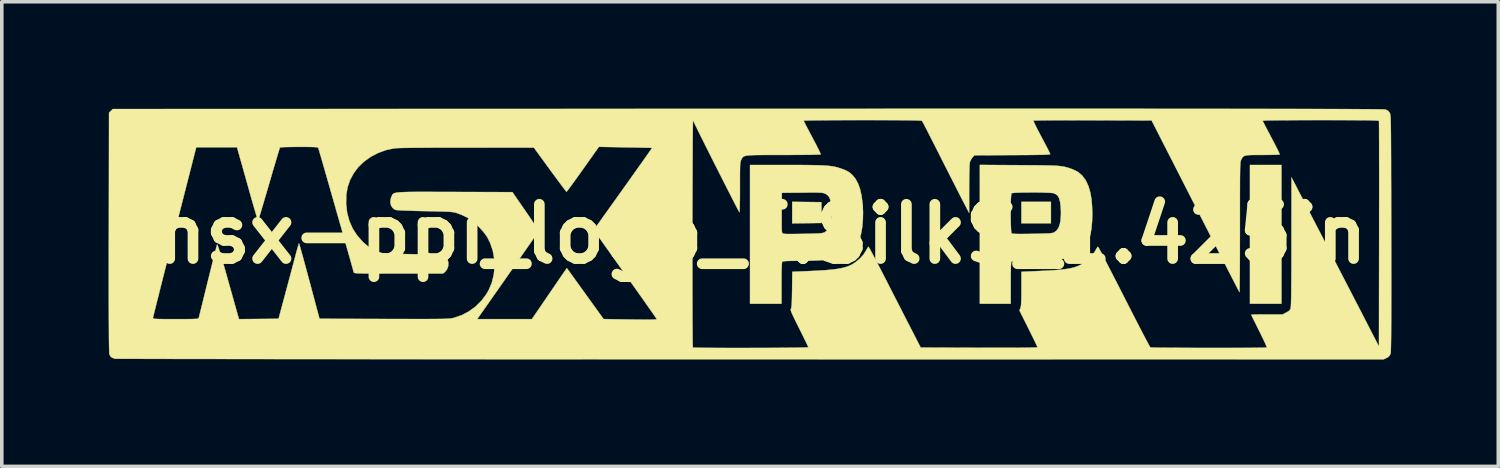
<source format=kicad_pcb>
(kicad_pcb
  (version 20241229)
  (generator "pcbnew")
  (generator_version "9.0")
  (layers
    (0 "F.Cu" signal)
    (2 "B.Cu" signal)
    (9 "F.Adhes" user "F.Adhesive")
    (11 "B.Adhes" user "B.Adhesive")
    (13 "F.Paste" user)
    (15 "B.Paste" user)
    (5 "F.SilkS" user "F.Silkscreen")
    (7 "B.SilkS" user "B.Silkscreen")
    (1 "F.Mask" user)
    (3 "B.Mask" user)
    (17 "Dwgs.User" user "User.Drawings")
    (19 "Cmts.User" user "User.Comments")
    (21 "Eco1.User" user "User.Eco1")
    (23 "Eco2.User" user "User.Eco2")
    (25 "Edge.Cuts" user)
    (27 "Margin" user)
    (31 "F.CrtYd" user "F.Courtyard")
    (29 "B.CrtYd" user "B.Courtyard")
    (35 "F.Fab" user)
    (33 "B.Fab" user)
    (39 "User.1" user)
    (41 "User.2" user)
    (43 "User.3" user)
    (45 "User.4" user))
  (footprint "msx-ppi_logo_F.SilkS_1.425in"
    (layer "F.Cu")
    (at 18.007 3.52)
    (property "Reference" "msx-ppi_logo_F.SilkS_1.425in" (at 0 0 0) (layer "F.SilkS") (effects (font (size 1.524 1.524) (thickness 0.3))))
    (attr through_hole)
    (fp_poly (pts (xy 8.448 -0.301) (xy 7.62 -0.301) (xy 7.62 -0.903) (xy 8.448 -0.903) (xy 8.448 -0.301)) (stroke (width 0.01) (type solid)) (fill yes) (layer "F.SilkS"))
    (fp_poly (pts (xy 14.92 1.957) (xy 14.036 1.957) (xy 14.036 -1.938) (xy 14.92 -1.938) (xy 14.92 1.957)) (stroke (width 0.01) (type solid)) (fill yes) (layer "F.SilkS"))
    (fp_poly (pts (xy 1.595 -0.899) (xy 2.004 -0.894) (xy 2.004 -0.31) (xy 1.595 -0.305) (xy 1.185 -0.3) (xy 1.185 -0.904) (xy 1.595 -0.899)) (stroke (width 0.01) (type solid)) (fill yes) (layer "F.SilkS"))
    (fp_poly (pts (xy 1.03 -1.938) (xy 1.28 -1.938) (xy 1.496 -1.937) (xy 1.682 -1.935) (xy 1.839 -1.932) (xy 1.973 -1.928) (xy 2.086 -1.923) (xy 2.182 -1.916) (xy 2.265 -1.907) (xy 2.336 -1.896) (xy 2.401 -1.883) (xy 2.462 -1.867) (xy 2.523 -1.848) (xy 2.54 -1.843) (xy 2.655 -1.801) (xy 2.743 -1.759) (xy 2.814 -1.711) (xy 2.877 -1.653) (xy 2.964 -1.545) (xy 3.034 -1.415) (xy 3.089 -1.262) (xy 3.13 -1.08) (xy 3.158 -0.867) (xy 3.162 -0.832) (xy 3.173 -0.609) (xy 3.168 -0.392) (xy 3.149 -0.187) (xy 3.115 0.003) (xy 3.068 0.173) (xy 3.009 0.318) (xy 2.938 0.433) (xy 2.903 0.474) (xy 2.823 0.54) (xy 2.72 0.596) (xy 2.592 0.644) (xy 2.436 0.682) (xy 2.252 0.712) (xy 2.037 0.733) (xy 1.789 0.746) (xy 1.507 0.752) (xy 1.413 0.753) (xy 1.25 0.753) (xy 1.123 0.755) (xy 1.027 0.758) (xy 0.961 0.763) (xy 0.921 0.769) (xy 0.907 0.775) (xy 0.9 0.793) (xy 0.894 0.835) (xy 0.89 0.901) (xy 0.887 0.996) (xy 0.885 1.122) (xy 0.884 1.282) (xy 0.884 1.377) (xy 0.884 1.957) (xy 0 1.957) (xy 0 -0.435) (xy 0.888 -0.435) (xy 0.888 -0.299) (xy 0.889 -0.195) (xy 0.892 -0.118) (xy 0.896 -0.066) (xy 0.902 -0.034) (xy 0.907 -0.023) (xy 0.918 -0.015) (xy 0.939 -0.009) (xy 0.973 -0.004) (xy 1.024 -0.001) (xy 1.097 -0.000119) (xy 1.196 -0.000303) (xy 1.324 -0.002) (xy 1.48 -0.004) (xy 1.641 -0.007) (xy 1.768 -0.01) (xy 1.867 -0.013) (xy 1.941 -0.017) (xy 1.997 -0.022) (xy 2.037 -0.029) (xy 2.068 -0.037) (xy 2.093 -0.046) (xy 2.101 -0.051) (xy 2.174 -0.109) (xy 2.23 -0.2) (xy 2.269 -0.322) (xy 2.289 -0.474) (xy 2.291 -0.654) (xy 2.289 -0.709) (xy 2.277 -0.843) (xy 2.258 -0.946) (xy 2.23 -1.023) (xy 2.191 -1.078) (xy 2.138 -1.118) (xy 2.126 -1.124) (xy 2.101 -1.136) (xy 2.077 -1.146) (xy 2.048 -1.153) (xy 2.011 -1.158) (xy 1.96 -1.162) (xy 1.892 -1.164) (xy 1.801 -1.164) (xy 1.683 -1.164) (xy 1.534 -1.163) (xy 1.468 -1.162) (xy 0.894 -1.157) (xy 0.889 -0.604) (xy 0.888 -0.435) (xy 0 -0.435) (xy 0 -1.938) (xy 1.03 -1.938)) (stroke (width 0.01) (type solid)) (fill yes) (layer "F.SilkS"))
    (fp_poly (pts (xy 7.559 -1.933) (xy 7.801 -1.931) (xy 8.008 -1.93) (xy 8.185 -1.928) (xy 8.334 -1.925) (xy 8.459 -1.922) (xy 8.564 -1.918) (xy 8.652 -1.912) (xy 8.726 -1.904) (xy 8.79 -1.895) (xy 8.847 -1.883) (xy 8.901 -1.869) (xy 8.955 -1.853) (xy 9.012 -1.833) (xy 9.066 -1.813) (xy 9.207 -1.743) (xy 9.326 -1.642) (xy 9.424 -1.51) (xy 9.501 -1.347) (xy 9.557 -1.152) (xy 9.56 -1.138) (xy 9.588 -0.963) (xy 9.604 -0.767) (xy 9.61 -0.563) (xy 9.604 -0.359) (xy 9.587 -0.168) (xy 9.559 0.002) (xy 9.547 0.05) (xy 9.525 0.12) (xy 9.492 0.207) (xy 9.455 0.295) (xy 9.446 0.313) (xy 9.39 0.415) (xy 9.328 0.492) (xy 9.25 0.55) (xy 9.147 0.6) (xy 9.106 0.616) (xy 8.99 0.654) (xy 8.864 0.685) (xy 8.724 0.709) (xy 8.565 0.728) (xy 8.383 0.741) (xy 8.173 0.749) (xy 7.932 0.752) (xy 7.848 0.753) (xy 7.685 0.753) (xy 7.557 0.755) (xy 7.462 0.758) (xy 7.395 0.763) (xy 7.356 0.769) (xy 7.342 0.775) (xy 7.335 0.793) (xy 7.329 0.835) (xy 7.325 0.901) (xy 7.322 0.996) (xy 7.32 1.122) (xy 7.319 1.282) (xy 7.319 1.377) (xy 7.319 1.957) (xy 6.453 1.957) (xy 6.453 -0.632) (xy 7.317 -0.632) (xy 7.318 -0.505) (xy 7.319 -0.38) (xy 7.322 -0.266) (xy 7.326 -0.167) (xy 7.331 -0.088) (xy 7.337 -0.038) (xy 7.342 -0.02) (xy 7.356 -0.013) (xy 7.385 -0.008) (xy 7.433 -0.004) (xy 7.502 -0.002) (xy 7.598 -0.001) (xy 7.723 -0.002) (xy 7.881 -0.004) (xy 7.925 -0.005) (xy 8.087 -0.008) (xy 8.216 -0.011) (xy 8.316 -0.014) (xy 8.391 -0.018) (xy 8.447 -0.023) (xy 8.487 -0.029) (xy 8.515 -0.036) (xy 8.537 -0.046) (xy 8.544 -0.05) (xy 8.609 -0.099) (xy 8.656 -0.165) (xy 8.692 -0.256) (xy 8.701 -0.291) (xy 8.718 -0.39) (xy 8.728 -0.512) (xy 8.729 -0.645) (xy 8.722 -0.775) (xy 8.707 -0.89) (xy 8.701 -0.921) (xy 8.673 -1.014) (xy 8.636 -1.077) (xy 8.583 -1.12) (xy 8.525 -1.145) (xy 8.487 -1.152) (xy 8.419 -1.157) (xy 8.327 -1.161) (xy 8.217 -1.165) (xy 8.094 -1.167) (xy 7.964 -1.168) (xy 7.833 -1.167) (xy 7.707 -1.166) (xy 7.59 -1.164) (xy 7.49 -1.16) (xy 7.411 -1.155) (xy 7.359 -1.149) (xy 7.342 -1.144) (xy 7.334 -1.118) (xy 7.329 -1.061) (xy 7.324 -0.978) (xy 7.32 -0.875) (xy 7.318 -0.758) (xy 7.317 -0.632) (xy 6.453 -0.632) (xy 6.453 -1.94) (xy 7.559 -1.933)) (stroke (width 0.01) (type solid)) (fill yes) (layer "F.SilkS"))
    (fp_poly (pts (xy 8.538 -3.515) (xy 9.214 -3.515) (xy 9.859 -3.515) (xy 10.473 -3.515) (xy 11.058 -3.515) (xy 11.614 -3.514) (xy 12.142 -3.514) (xy 12.641 -3.514) (xy 13.114 -3.514) (xy 13.559 -3.513) (xy 13.979 -3.513) (xy 14.373 -3.513) (xy 14.742 -3.512) (xy 15.087 -3.512) (xy 15.408 -3.511) (xy 15.707 -3.511) (xy 15.983 -3.51) (xy 16.237 -3.509) (xy 16.47 -3.509) (xy 16.682 -3.508) (xy 16.875 -3.507) (xy 17.048 -3.506) (xy 17.202 -3.505) (xy 17.338 -3.504) (xy 17.457 -3.503) (xy 17.558 -3.502) (xy 17.644 -3.501) (xy 17.713 -3.5) (xy 17.768 -3.499) (xy 17.808 -3.498) (xy 17.834 -3.496) (xy 17.847 -3.495) (xy 17.848 -3.495) (xy 17.921 -3.452) (xy 17.958 -3.405) (xy 17.963 -3.397) (xy 17.967 -3.387) (xy 17.971 -3.375) (xy 17.975 -3.358) (xy 17.978 -3.336) (xy 17.981 -3.305) (xy 17.984 -3.265) (xy 17.986 -3.214) (xy 17.988 -3.151) (xy 17.99 -3.072) (xy 17.991 -2.978) (xy 17.993 -2.866) (xy 17.994 -2.735) (xy 17.995 -2.583) (xy 17.996 -2.408) (xy 17.997 -2.208) (xy 17.998 -1.982) (xy 17.998 -1.729) (xy 17.999 -1.446) (xy 18 -1.132) (xy 18 -0.786) (xy 18.001 -0.404) (xy 18.001 -0.026) (xy 18.002 0.406) (xy 18.002 0.801) (xy 18.003 1.161) (xy 18.003 1.488) (xy 18.003 1.783) (xy 18.002 2.048) (xy 18.002 2.283) (xy 18.001 2.491) (xy 18 2.673) (xy 17.999 2.83) (xy 17.998 2.963) (xy 17.996 3.075) (xy 17.994 3.166) (xy 17.992 3.238) (xy 17.99 3.293) (xy 17.987 3.331) (xy 17.984 3.354) (xy 17.982 3.361) (xy 17.957 3.414) (xy 17.916 3.453) (xy 17.875 3.476) (xy 17.791 3.518) (xy 0.01 3.516) (xy -0.807 3.516) (xy -1.616 3.516) (xy -2.414 3.516) (xy -3.202 3.516) (xy -3.978 3.516) (xy -4.742 3.515) (xy -5.492 3.515) (xy -6.229 3.515) (xy -6.951 3.515) (xy -7.657 3.514) (xy -8.347 3.514) (xy -9.019 3.514) (xy -9.673 3.513) (xy -10.309 3.513) (xy -10.924 3.512) (xy -11.519 3.512) (xy -12.092 3.511) (xy -12.644 3.511) (xy -13.172 3.511) (xy -13.676 3.51) (xy -14.156 3.51) (xy -14.61 3.509) (xy -15.038 3.508) (xy -15.438 3.508) (xy -15.811 3.507) (xy -16.155 3.507) (xy -16.469 3.506) (xy -16.752 3.506) (xy -17.005 3.505) (xy -17.225 3.504) (xy -17.412 3.504) (xy -17.566 3.503) (xy -17.685 3.503) (xy -17.769 3.502) (xy -17.816 3.501) (xy -17.827 3.501) (xy -17.905 3.474) (xy -17.955 3.437) (xy -17.983 3.38) (xy -17.987 3.369) (xy -17.989 3.342) (xy -17.992 3.282) (xy -17.994 3.189) (xy -17.996 3.061) (xy -17.998 2.9) (xy -17.999 2.704) (xy -18 2.473) (xy -18.001 2.357) (xy -16.763 2.357) (xy -16.761 2.365) (xy -16.753 2.373) (xy -16.734 2.378) (xy -16.701 2.382) (xy -16.651 2.385) (xy -16.579 2.387) (xy -16.482 2.389) (xy -16.356 2.389) (xy -16.197 2.389) (xy -16.126 2.389) (xy -15.953 2.389) (xy -15.815 2.389) (xy -15.706 2.388) (xy -15.624 2.386) (xy -15.565 2.383) (xy -15.524 2.38) (xy -15.499 2.374) (xy -15.485 2.368) (xy -15.478 2.36) (xy -15.477 2.357) (xy -15.471 2.333) (xy -15.457 2.275) (xy -15.435 2.189) (xy -15.407 2.076) (xy -15.373 1.94) (xy -15.335 1.785) (xy -15.293 1.614) (xy -15.248 1.431) (xy -15.222 1.326) (xy -15.176 1.138) (xy -15.131 0.96) (xy -15.091 0.796) (xy -15.054 0.649) (xy -15.022 0.523) (xy -14.996 0.421) (xy -14.977 0.347) (xy -14.965 0.304) (xy -14.962 0.295) (xy -14.954 0.301) (xy -14.939 0.338) (xy -14.915 0.408) (xy -14.883 0.509) (xy -14.843 0.644) (xy -14.794 0.812) (xy -14.735 1.016) (xy -14.668 1.254) (xy -14.648 1.325) (xy -14.349 2.39) (xy -13.793 2.385) (xy -13.236 2.38) (xy -13.044 1.665) (xy -12.997 1.49) (xy -12.949 1.311) (xy -12.902 1.135) (xy -12.858 0.969) (xy -12.818 0.819) (xy -12.785 0.694) (xy -12.762 0.607) (xy -12.733 0.5) (xy -12.707 0.406) (xy -12.686 0.332) (xy -12.67 0.282) (xy -12.663 0.264) (xy -12.662 0.264) (xy -12.656 0.281) (xy -12.641 0.332) (xy -12.618 0.413) (xy -12.588 0.521) (xy -12.551 0.652) (xy -12.51 0.803) (xy -12.464 0.972) (xy -12.415 1.155) (xy -12.37 1.322) (xy -12.087 2.38) (xy -10.272 2.385) (xy -9.97 2.386) (xy -9.703 2.386) (xy -9.469 2.387) (xy -9.265 2.387) (xy -9.089 2.387) (xy -8.939 2.386) (xy -8.813 2.386) (xy -8.707 2.384) (xy -8.619 2.383) (xy -8.547 2.38) (xy -8.49 2.378) (xy -8.443 2.375) (xy -8.405 2.371) (xy -8.374 2.366) (xy -8.346 2.361) (xy -8.321 2.355) (xy -8.308 2.352) (xy -8.094 2.279) (xy -7.892 2.173) (xy -7.706 2.037) (xy -7.542 1.876) (xy -7.404 1.692) (xy -7.339 1.58) (xy -7.25 1.371) (xy -7.195 1.148) (xy -7.172 0.919) (xy -7.181 0.689) (xy -7.223 0.462) (xy -7.297 0.246) (xy -7.379 0.085) (xy -7.451 -0.019) (xy -7.546 -0.131) (xy -7.654 -0.243) (xy -7.767 -0.343) (xy -7.875 -0.424) (xy -7.914 -0.448) (xy -8.002 -0.494) (xy -8.104 -0.541) (xy -8.196 -0.576) (xy -8.233 -0.589) (xy -8.266 -0.599) (xy -8.301 -0.607) (xy -8.341 -0.614) (xy -8.389 -0.62) (xy -8.45 -0.625) (xy -8.528 -0.628) (xy -8.627 -0.632) (xy -8.751 -0.635) (xy -8.903 -0.639) (xy -9.088 -0.643) (xy -9.133 -0.643) (xy -9.354 -0.648) (xy -9.539 -0.654) (xy -9.689 -0.659) (xy -9.805 -0.664) (xy -9.89 -0.67) (xy -9.945 -0.677) (xy -9.969 -0.683) (xy -10.038 -0.736) (xy -10.082 -0.811) (xy -10.098 -0.901) (xy -10.085 -0.999) (xy -10.069 -1.042) (xy -10.059 -1.067) (xy -10.05 -1.088) (xy -10.039 -1.107) (xy -10.025 -1.123) (xy -10.006 -1.137) (xy -9.978 -1.149) (xy -9.939 -1.158) (xy -9.888 -1.166) (xy -9.821 -1.172) (xy -9.737 -1.176) (xy -9.632 -1.18) (xy -9.506 -1.182) (xy -9.355 -1.183) (xy -9.177 -1.183) (xy -8.97 -1.183) (xy -8.731 -1.182) (xy -8.458 -1.181) (xy -8.284 -1.181) (xy -6.671 -1.176) (xy -6.3 -0.64) (xy -6.213 -0.513) (xy -6.134 -0.397) (xy -6.065 -0.293) (xy -6.008 -0.205) (xy -5.966 -0.139) (xy -5.942 -0.096) (xy -5.936 -0.081) (xy -5.948 -0.062) (xy -5.981 -0.014) (xy -6.033 0.062) (xy -6.104 0.165) (xy -6.193 0.294) (xy -6.299 0.446) (xy -6.421 0.621) (xy -6.558 0.817) (xy -6.709 1.033) (xy -6.873 1.268) (xy -7.05 1.52) (xy -7.237 1.787) (xy -7.435 2.069) (xy -7.624 2.338) (xy -7.66 2.389) (xy -6.892 2.389) (xy -6.124 2.389) (xy -5.691 1.756) (xy -5.595 1.616) (xy -5.503 1.482) (xy -5.419 1.358) (xy -5.344 1.249) (xy -5.282 1.159) (xy -5.235 1.091) (xy -5.205 1.048) (xy -5.2 1.041) (xy -5.142 0.958) (xy -4.111 2.388) (xy -3.763 2.394) (xy -3.522 2.398) (xy -3.317 2.401) (xy -3.144 2.403) (xy -3.001 2.404) (xy -2.885 2.405) (xy -2.794 2.404) (xy -2.725 2.403) (xy -2.676 2.4) (xy -2.644 2.397) (xy -2.626 2.392) (xy -2.62 2.387) (xy -2.62 2.384) (xy -2.633 2.365) (xy -2.665 2.318) (xy -2.716 2.245) (xy -2.783 2.149) (xy -2.866 2.032) (xy -2.962 1.895) (xy -3.069 1.743) (xy -3.187 1.577) (xy -3.313 1.399) (xy -3.446 1.212) (xy -3.472 1.175) (xy -3.606 0.986) (xy -3.735 0.805) (xy -3.856 0.634) (xy -3.866 0.62) (xy -1.619 0.62) (xy -1.619 0.912) (xy -1.618 1.197) (xy -1.618 1.471) (xy -1.618 1.734) (xy -1.617 1.983) (xy -1.616 2.215) (xy -1.616 2.428) (xy -1.614 2.619) (xy -1.613 2.787) (xy -1.612 2.928) (xy -1.611 3.041) (xy -1.609 3.124) (xy -1.607 3.172) (xy -1.606 3.186) (xy -1.585 3.189) (xy -1.53 3.191) (xy -1.444 3.193) (xy -1.331 3.195) (xy -1.193 3.196) (xy -1.035 3.197) (xy -0.859 3.198) (xy -0.669 3.199) (xy -0.468 3.199) (xy -0.26 3.199) (xy -0.047 3.199) (xy 0.166 3.198) (xy 0.378 3.198) (xy 0.584 3.197) (xy 0.78 3.196) (xy 0.965 3.194) (xy 1.134 3.193) (xy 1.284 3.191) (xy 1.412 3.189) (xy 1.514 3.186) (xy 1.587 3.184) (xy 1.629 3.181) (xy 1.637 3.18) (xy 1.629 3.159) (xy 1.606 3.108) (xy 1.57 3.033) (xy 1.523 2.937) (xy 1.468 2.824) (xy 1.406 2.699) (xy 1.381 2.649) (xy 1.308 2.503) (xy 1.251 2.387) (xy 1.208 2.297) (xy 1.177 2.229) (xy 1.157 2.18) (xy 1.146 2.145) (xy 1.143 2.122) (xy 1.146 2.106) (xy 1.15 2.099) (xy 1.159 2.077) (xy 1.165 2.037) (xy 1.171 1.976) (xy 1.175 1.89) (xy 1.178 1.774) (xy 1.181 1.626) (xy 1.182 1.56) (xy 1.188 1.061) (xy 1.699 1.039) (xy 1.935 1.027) (xy 2.137 1.014) (xy 2.31 0.998) (xy 2.456 0.979) (xy 2.581 0.956) (xy 2.687 0.928) (xy 2.78 0.895) (xy 2.862 0.855) (xy 2.937 0.808) (xy 2.967 0.786) (xy 3.087 0.688) (xy 3.178 0.588) (xy 3.251 0.477) (xy 3.267 0.447) (xy 3.295 0.397) (xy 3.318 0.364) (xy 3.327 0.357) (xy 3.338 0.374) (xy 3.365 0.42) (xy 3.405 0.495) (xy 3.457 0.593) (xy 3.52 0.712) (xy 3.592 0.85) (xy 3.671 1.002) (xy 3.755 1.167) (xy 3.792 1.237) (xy 3.89 1.429) (xy 3.992 1.63) (xy 4.096 1.833) (xy 4.199 2.033) (xy 4.296 2.223) (xy 4.385 2.397) (xy 4.463 2.548) (xy 4.517 2.653) (xy 4.792 3.189) (xy 6.432 3.194) (xy 6.763 3.195) (xy 7.057 3.195) (xy 7.313 3.195) (xy 7.531 3.194) (xy 7.713 3.192) (xy 7.857 3.19) (xy 7.965 3.188) (xy 8.035 3.185) (xy 8.068 3.181) (xy 8.072 3.18) (xy 8.063 3.159) (xy 8.04 3.108) (xy 8.005 3.033) (xy 7.958 2.937) (xy 7.903 2.825) (xy 7.841 2.7) (xy 7.818 2.654) (xy 7.565 2.147) (xy 7.592 2.081) (xy 7.601 2.051) (xy 7.608 2.009) (xy 7.613 1.949) (xy 7.617 1.867) (xy 7.619 1.759) (xy 7.62 1.619) (xy 7.62 1.538) (xy 7.62 1.061) (xy 8.133 1.038) (xy 8.363 1.027) (xy 8.56 1.015) (xy 8.727 1.001) (xy 8.869 0.984) (xy 8.989 0.964) (xy 9.092 0.939) (xy 9.182 0.91) (xy 9.263 0.875) (xy 9.338 0.834) (xy 9.374 0.811) (xy 9.513 0.706) (xy 9.619 0.591) (xy 9.7 0.46) (xy 9.702 0.457) (xy 9.73 0.404) (xy 9.754 0.368) (xy 9.765 0.357) (xy 9.769 0.36) (xy 9.775 0.367) (xy 9.784 0.381) (xy 9.798 0.404) (xy 9.816 0.438) (xy 9.841 0.484) (xy 9.873 0.544) (xy 9.913 0.619) (xy 9.961 0.713) (xy 10.019 0.826) (xy 10.088 0.96) (xy 10.169 1.117) (xy 10.262 1.299) (xy 10.369 1.507) (xy 10.49 1.744) (xy 10.626 2.011) (xy 10.772 2.295) (xy 10.858 2.464) (xy 10.94 2.622) (xy 11.015 2.767) (xy 11.082 2.895) (xy 11.14 3.004) (xy 11.186 3.09) (xy 11.219 3.15) (xy 11.237 3.181) (xy 11.24 3.184) (xy 11.261 3.186) (xy 11.317 3.188) (xy 11.404 3.19) (xy 11.518 3.192) (xy 11.656 3.193) (xy 11.816 3.194) (xy 11.993 3.195) (xy 12.184 3.196) (xy 12.386 3.197) (xy 12.596 3.198) (xy 12.81 3.198) (xy 13.026 3.198) (xy 13.238 3.198) (xy 13.446 3.198) (xy 13.644 3.197) (xy 13.83 3.197) (xy 14.001 3.196) (xy 14.152 3.195) (xy 14.281 3.193) (xy 14.385 3.192) (xy 14.46 3.19) (xy 14.503 3.188) (xy 14.511 3.187) (xy 14.506 3.168) (xy 14.486 3.12) (xy 14.454 3.047) (xy 14.41 2.954) (xy 14.357 2.845) (xy 14.298 2.726) (xy 14.239 2.607) (xy 14.185 2.498) (xy 14.139 2.406) (xy 14.104 2.333) (xy 14.081 2.286) (xy 14.073 2.267) (xy 14.091 2.265) (xy 14.142 2.262) (xy 14.219 2.26) (xy 14.319 2.259) (xy 14.435 2.258) (xy 14.512 2.258) (xy 14.951 2.258) (xy 15.053 2.206) (xy 15.117 2.169) (xy 15.156 2.133) (xy 15.178 2.088) (xy 15.182 2.066) (xy 15.185 2.024) (xy 15.189 1.961) (xy 15.191 1.874) (xy 15.194 1.762) (xy 15.196 1.624) (xy 15.197 1.457) (xy 15.199 1.26) (xy 15.2 1.033) (xy 15.201 0.772) (xy 15.201 0.476) (xy 15.201 0.216) (xy 15.203 -1.59) (xy 15.514 -0.988) (xy 15.6 -0.821) (xy 15.699 -0.631) (xy 15.805 -0.426) (xy 15.914 -0.216) (xy 16.02 -0.01) (xy 16.12 0.182) (xy 16.172 0.282) (xy 16.332 0.593) (xy 16.477 0.873) (xy 16.608 1.125) (xy 16.725 1.351) (xy 16.83 1.554) (xy 16.924 1.736) (xy 17.009 1.901) (xy 17.087 2.051) (xy 17.158 2.188) (xy 17.223 2.315) (xy 17.285 2.435) (xy 17.344 2.55) (xy 17.399 2.657) (xy 17.658 3.159) (xy 17.663 0.004) (xy 17.663 -0.338) (xy 17.663 -0.67) (xy 17.664 -0.99) (xy 17.664 -1.296) (xy 17.664 -1.586) (xy 17.664 -1.858) (xy 17.663 -2.11) (xy 17.663 -2.34) (xy 17.663 -2.546) (xy 17.662 -2.727) (xy 17.662 -2.88) (xy 17.661 -3.003) (xy 17.66 -3.095) (xy 17.659 -3.153) (xy 17.658 -3.175) (xy 17.658 -3.175) (xy 17.65 -3.179) (xy 17.625 -3.183) (xy 17.584 -3.186) (xy 17.522 -3.189) (xy 17.44 -3.192) (xy 17.334 -3.194) (xy 17.203 -3.195) (xy 17.044 -3.196) (xy 16.856 -3.197) (xy 16.637 -3.198) (xy 16.385 -3.198) (xy 16.097 -3.199) (xy 16.021 -3.199) (xy 15.738 -3.198) (xy 15.477 -3.198) (xy 15.24 -3.197) (xy 15.029 -3.195) (xy 14.845 -3.194) (xy 14.69 -3.192) (xy 14.565 -3.19) (xy 14.473 -3.187) (xy 14.416 -3.184) (xy 14.394 -3.181) (xy 14.393 -3.181) (xy 14.402 -3.16) (xy 14.426 -3.111) (xy 14.463 -3.038) (xy 14.512 -2.944) (xy 14.569 -2.836) (xy 14.632 -2.716) (xy 14.637 -2.707) (xy 14.7 -2.587) (xy 14.757 -2.478) (xy 14.804 -2.384) (xy 14.841 -2.309) (xy 14.864 -2.258) (xy 14.871 -2.236) (xy 14.871 -2.235) (xy 14.85 -2.231) (xy 14.797 -2.227) (xy 14.717 -2.224) (xy 14.614 -2.222) (xy 14.494 -2.221) (xy 14.387 -2.22) (xy 14.232 -2.22) (xy 14.111 -2.219) (xy 14.017 -2.216) (xy 13.948 -2.209) (xy 13.898 -2.199) (xy 13.862 -2.184) (xy 13.836 -2.162) (xy 13.815 -2.134) (xy 13.796 -2.097) (xy 13.791 -2.088) (xy 13.785 -2.075) (xy 13.779 -2.06) (xy 13.775 -2.042) (xy 13.77 -2.017) (xy 13.767 -1.984) (xy 13.764 -1.939) (xy 13.761 -1.882) (xy 13.759 -1.809) (xy 13.758 -1.718) (xy 13.756 -1.608) (xy 13.755 -1.475) (xy 13.755 -1.318) (xy 13.754 -1.133) (xy 13.754 -0.92) (xy 13.754 -0.675) (xy 13.754 -0.396) (xy 13.754 -0.186) (xy 13.754 0.073) (xy 13.753 0.32) (xy 13.753 0.554) (xy 13.752 0.771) (xy 13.751 0.97) (xy 13.75 1.148) (xy 13.748 1.301) (xy 13.747 1.429) (xy 13.745 1.527) (xy 13.744 1.594) (xy 13.742 1.627) (xy 13.741 1.631) (xy 13.731 1.613) (xy 13.705 1.563) (xy 13.664 1.484) (xy 13.609 1.377) (xy 13.54 1.243) (xy 13.459 1.086) (xy 13.367 0.907) (xy 13.265 0.707) (xy 13.153 0.489) (xy 13.033 0.254) (xy 12.905 0.005) (xy 12.771 -0.257) (xy 12.632 -0.53) (xy 12.502 -0.785) (xy 11.275 -3.189) (xy 9.622 -3.194) (xy 9.376 -3.194) (xy 9.141 -3.195) (xy 8.919 -3.195) (xy 8.714 -3.194) (xy 8.527 -3.194) (xy 8.362 -3.193) (xy 8.221 -3.191) (xy 8.108 -3.19) (xy 8.024 -3.188) (xy 7.973 -3.186) (xy 7.957 -3.185) (xy 7.962 -3.165) (xy 7.982 -3.117) (xy 8.017 -3.044) (xy 8.063 -2.952) (xy 8.119 -2.844) (xy 8.182 -2.726) (xy 8.185 -2.719) (xy 8.249 -2.599) (xy 8.307 -2.489) (xy 8.356 -2.395) (xy 8.394 -2.319) (xy 8.419 -2.268) (xy 8.429 -2.244) (xy 8.429 -2.244) (xy 8.421 -2.239) (xy 8.395 -2.234) (xy 8.349 -2.231) (xy 8.282 -2.227) (xy 8.189 -2.224) (xy 8.07 -2.222) (xy 7.921 -2.22) (xy 7.741 -2.218) (xy 7.528 -2.217) (xy 7.364 -2.216) (xy 6.3 -2.211) (xy 6.246 -2.151) (xy 6.206 -2.093) (xy 6.176 -2.029) (xy 6.173 -2.019) (xy 6.167 -1.979) (xy 6.162 -1.905) (xy 6.158 -1.799) (xy 6.155 -1.664) (xy 6.153 -1.503) (xy 6.152 -1.318) (xy 6.152 -1.27) (xy 6.152 -0.593) (xy 6.024 -0.837) (xy 5.992 -0.899) (xy 5.945 -0.99) (xy 5.885 -1.108) (xy 5.814 -1.247) (xy 5.734 -1.405) (xy 5.646 -1.577) (xy 5.554 -1.759) (xy 5.458 -1.948) (xy 5.373 -2.117) (xy 5.28 -2.301) (xy 5.192 -2.475) (xy 5.11 -2.636) (xy 5.035 -2.782) (xy 4.97 -2.91) (xy 4.916 -3.015) (xy 4.873 -3.097) (xy 4.845 -3.151) (xy 4.832 -3.174) (xy 4.831 -3.175) (xy 4.82 -3.179) (xy 4.794 -3.183) (xy 4.75 -3.186) (xy 4.686 -3.189) (xy 4.601 -3.191) (xy 4.493 -3.193) (xy 4.359 -3.195) (xy 4.197 -3.196) (xy 4.007 -3.197) (xy 3.785 -3.198) (xy 3.53 -3.198) (xy 3.239 -3.199) (xy 3.159 -3.199) (xy 2.913 -3.198) (xy 2.678 -3.198) (xy 2.457 -3.197) (xy 2.252 -3.196) (xy 2.067 -3.195) (xy 1.903 -3.193) (xy 1.764 -3.191) (xy 1.652 -3.189) (xy 1.569 -3.187) (xy 1.52 -3.185) (xy 1.505 -3.183) (xy 1.514 -3.163) (xy 1.538 -3.114) (xy 1.575 -3.041) (xy 1.624 -2.948) (xy 1.681 -2.84) (xy 1.744 -2.72) (xy 1.75 -2.71) (xy 1.813 -2.59) (xy 1.87 -2.481) (xy 1.917 -2.386) (xy 1.954 -2.311) (xy 1.977 -2.26) (xy 1.984 -2.237) (xy 1.984 -2.237) (xy 1.963 -2.234) (xy 1.909 -2.231) (xy 1.823 -2.228) (xy 1.708 -2.225) (xy 1.569 -2.223) (xy 1.409 -2.222) (xy 1.23 -2.221) (xy 1.035 -2.22) (xy 0.939 -2.22) (xy 0.706 -2.22) (xy 0.508 -2.22) (xy 0.342 -2.219) (xy 0.204 -2.218) (xy 0.093 -2.215) (xy 0.004 -2.211) (xy -0.066 -2.205) (xy -0.118 -2.197) (xy -0.157 -2.186) (xy -0.185 -2.172) (xy -0.205 -2.155) (xy -0.22 -2.135) (xy -0.233 -2.111) (xy -0.245 -2.087) (xy -0.255 -2.066) (xy -0.263 -2.044) (xy -0.27 -2.016) (xy -0.274 -1.978) (xy -0.278 -1.927) (xy -0.28 -1.858) (xy -0.282 -1.769) (xy -0.283 -1.654) (xy -0.283 -1.509) (xy -0.283 -1.332) (xy -0.283 -1.303) (xy -0.283 -1.133) (xy -0.284 -0.981) (xy -0.286 -0.851) (xy -0.288 -0.746) (xy -0.291 -0.669) (xy -0.294 -0.623) (xy -0.298 -0.612) (xy -0.311 -0.633) (xy -0.338 -0.684) (xy -0.379 -0.762) (xy -0.432 -0.864) (xy -0.495 -0.987) (xy -0.566 -1.127) (xy -0.645 -1.282) (xy -0.729 -1.447) (xy -0.817 -1.621) (xy -0.907 -1.799) (xy -0.998 -1.978) (xy -1.087 -2.156) (xy -1.174 -2.329) (xy -1.257 -2.494) (xy -1.333 -2.648) (xy -1.403 -2.787) (xy -1.463 -2.908) (xy -1.512 -3.009) (xy -1.55 -3.086) (xy -1.573 -3.135) (xy -1.58 -3.154) (xy -1.591 -3.177) (xy -1.599 -3.18) (xy -1.601 -3.161) (xy -1.603 -3.108) (xy -1.605 -3.021) (xy -1.607 -2.904) (xy -1.608 -2.759) (xy -1.61 -2.587) (xy -1.611 -2.393) (xy -1.612 -2.177) (xy -1.613 -1.943) (xy -1.614 -1.692) (xy -1.615 -1.427) (xy -1.616 -1.151) (xy -1.617 -0.865) (xy -1.618 -0.572) (xy -1.618 -0.275) (xy -1.618 0.024) (xy -1.619 0.323) (xy -1.619 0.62) (xy -3.866 0.62) (xy -3.968 0.476) (xy -4.07 0.334) (xy -4.158 0.21) (xy -4.232 0.106) (xy -4.29 0.024) (xy -4.329 -0.032) (xy -4.349 -0.06) (xy -4.351 -0.062) (xy -4.387 -0.114) (xy -3.566 -1.263) (xy -3.434 -1.448) (xy -3.309 -1.624) (xy -3.193 -1.788) (xy -3.086 -1.938) (xy -2.991 -2.072) (xy -2.909 -2.188) (xy -2.843 -2.283) (xy -2.793 -2.354) (xy -2.762 -2.4) (xy -2.751 -2.417) (xy -2.751 -2.417) (xy -2.77 -2.419) (xy -2.823 -2.421) (xy -2.906 -2.423) (xy -3.014 -2.425) (xy -3.143 -2.428) (xy -3.29 -2.431) (xy -3.45 -2.434) (xy -3.5 -2.435) (xy -4.243 -2.448) (xy -4.691 -1.816) (xy -4.788 -1.681) (xy -4.878 -1.555) (xy -4.959 -1.442) (xy -5.029 -1.346) (xy -5.086 -1.27) (xy -5.126 -1.217) (xy -5.149 -1.189) (xy -5.152 -1.187) (xy -5.165 -1.201) (xy -5.199 -1.244) (xy -5.249 -1.31) (xy -5.314 -1.397) (xy -5.392 -1.502) (xy -5.48 -1.621) (xy -5.576 -1.751) (xy -5.616 -1.806) (xy -6.068 -2.425) (xy -7.953 -2.426) (xy -8.317 -2.426) (xy -8.647 -2.426) (xy -8.941 -2.425) (xy -9.2 -2.423) (xy -9.423 -2.422) (xy -9.609 -2.419) (xy -9.76 -2.417) (xy -9.873 -2.413) (xy -9.949 -2.41) (xy -9.982 -2.407) (xy -10.216 -2.358) (xy -10.439 -2.277) (xy -10.646 -2.169) (xy -10.833 -2.036) (xy -10.996 -1.88) (xy -11.126 -1.708) (xy -11.229 -1.517) (xy -11.298 -1.316) (xy -11.335 -1.1) (xy -11.34 -0.866) (xy -11.34 -0.847) (xy -11.311 -0.597) (xy -11.249 -0.366) (xy -11.156 -0.153) (xy -11.029 0.042) (xy -10.869 0.221) (xy -10.849 0.24) (xy -10.733 0.339) (xy -10.621 0.415) (xy -10.496 0.477) (xy -10.426 0.505) (xy -10.395 0.516) (xy -10.366 0.525) (xy -10.335 0.533) (xy -10.298 0.539) (xy -10.251 0.544) (xy -10.191 0.549) (xy -10.113 0.552) (xy -10.015 0.555) (xy -9.891 0.558) (xy -9.74 0.562) (xy -9.556 0.565) (xy -9.46 0.567) (xy -9.252 0.57) (xy -9.079 0.574) (xy -8.936 0.577) (xy -8.822 0.581) (xy -8.731 0.587) (xy -8.662 0.594) (xy -8.61 0.603) (xy -8.573 0.614) (xy -8.547 0.629) (xy -8.528 0.647) (xy -8.514 0.669) (xy -8.501 0.695) (xy -8.497 0.705) (xy -8.47 0.799) (xy -8.473 0.897) (xy -8.504 0.988) (xy -8.56 1.061) (xy -8.57 1.069) (xy -8.622 1.11) (xy -9.869 1.11) (xy -10.116 1.11) (xy -10.329 1.11) (xy -10.509 1.109) (xy -10.66 1.109) (xy -10.783 1.108) (xy -10.883 1.106) (xy -10.961 1.104) (xy -11.019 1.102) (xy -11.062 1.099) (xy -11.091 1.095) (xy -11.109 1.09) (xy -11.119 1.085) (xy -11.124 1.079) (xy -11.124 1.077) (xy -11.147 0.996) (xy -11.177 0.888) (xy -11.214 0.755) (xy -11.258 0.6) (xy -11.307 0.428) (xy -11.36 0.239) (xy -11.417 0.039) (xy -11.476 -0.172) (xy -11.538 -0.388) (xy -11.601 -0.608) (xy -11.663 -0.828) (xy -11.726 -1.046) (xy -11.786 -1.258) (xy -11.844 -1.461) (xy -11.899 -1.652) (xy -11.95 -1.829) (xy -11.996 -1.988) (xy -12.035 -2.127) (xy -12.069 -2.241) (xy -12.094 -2.329) (xy -12.111 -2.387) (xy -12.119 -2.412) (xy -12.12 -2.413) (xy -12.127 -2.423) (xy -12.142 -2.43) (xy -12.167 -2.436) (xy -12.208 -2.44) (xy -12.268 -2.443) (xy -12.352 -2.445) (xy -12.463 -2.446) (xy -12.607 -2.446) (xy -12.662 -2.446) (xy -12.839 -2.445) (xy -12.981 -2.443) (xy -13.089 -2.44) (xy -13.16 -2.435) (xy -13.196 -2.429) (xy -13.199 -2.426) (xy -13.206 -2.405) (xy -13.223 -2.351) (xy -13.249 -2.267) (xy -13.282 -2.158) (xy -13.321 -2.025) (xy -13.366 -1.873) (xy -13.416 -1.704) (xy -13.469 -1.523) (xy -13.507 -1.392) (xy -13.562 -1.204) (xy -13.614 -1.027) (xy -13.662 -0.864) (xy -13.705 -0.719) (xy -13.742 -0.594) (xy -13.772 -0.494) (xy -13.794 -0.421) (xy -13.808 -0.379) (xy -13.811 -0.369) (xy -13.818 -0.385) (xy -13.833 -0.434) (xy -13.857 -0.513) (xy -13.888 -0.619) (xy -13.926 -0.748) (xy -13.969 -0.898) (xy -14.017 -1.065) (xy -14.068 -1.246) (xy -14.111 -1.399) (xy -14.403 -2.437) (xy -15.548 -2.437) (xy -16.155 -0.056) (xy -16.23 0.236) (xy -16.302 0.518) (xy -16.37 0.788) (xy -16.435 1.044) (xy -16.496 1.284) (xy -16.552 1.506) (xy -16.602 1.706) (xy -16.647 1.884) (xy -16.685 2.037) (xy -16.716 2.162) (xy -16.74 2.259) (xy -16.756 2.323) (xy -16.763 2.354) (xy -16.763 2.357) (xy -18.001 2.357) (xy -18.001 2.208) (xy -18.002 1.906) (xy -18.002 1.569) (xy -18.002 1.196) (xy -18.002 0.785) (xy -18.002 0.338) (xy -18.001 -0.054) (xy -17.996 -3.405) (xy -17.944 -3.457) (xy -17.892 -3.509) (xy -0.058 -3.514) (xy 0.961 -3.514) (xy 1.943 -3.514) (xy 2.888 -3.514) (xy 3.798 -3.515) (xy 4.672 -3.515) (xy 5.512 -3.515) (xy 6.318 -3.515) (xy 7.09 -3.515) (xy 7.83 -3.515) (xy 8.538 -3.515)) (stroke (width 0.01) (type solid)) (fill yes) (layer "F.SilkS")))
  (gr_rect
    (start -3 -3)
    (end 39.015 10.043)
    (stroke (width 0.1) (type default))
    (fill no)
    (layer "Edge.Cuts")))
</source>
